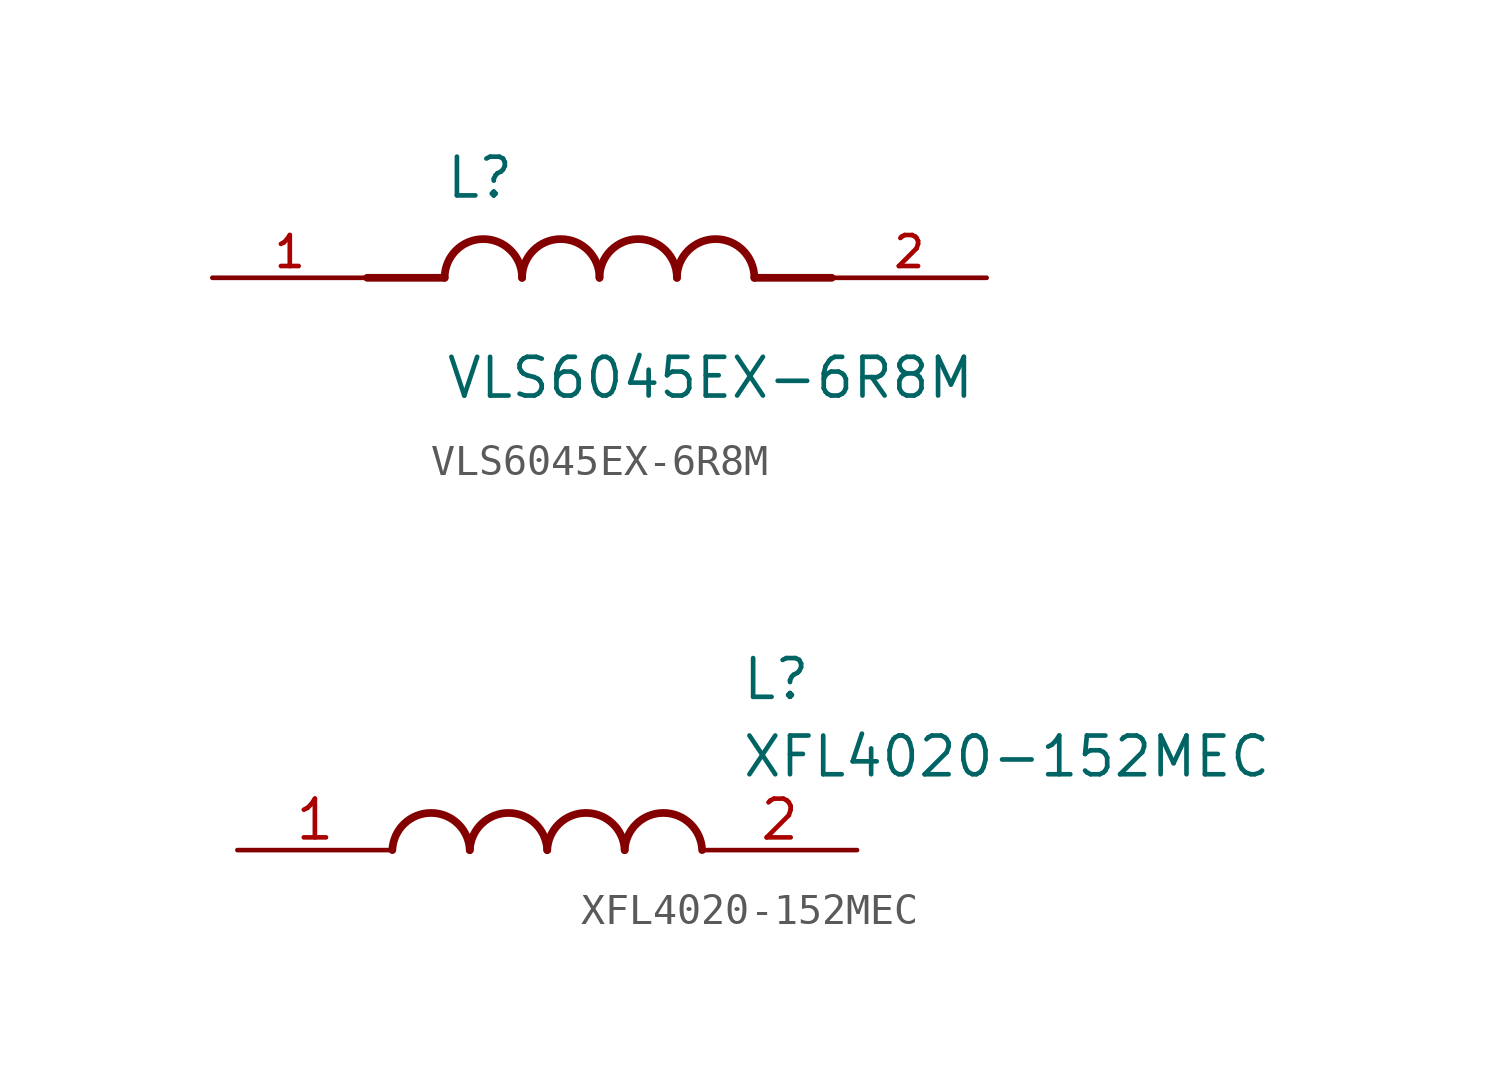
<source format=kicad_sym>
(kicad_symbol_lib
  (version 20241209)
  (generator "kicad_symbol_editor")
  (generator_version "9.0")
  (symbol "VLS6045EX-6R8M"
    (pin_names
      (offset 1.016))
    (property "Reference" "L"
      (at -5.08 2.54 0)
      (effects (font (size 1.27 1.27)) (justify left bottom)))
    (property "Value" "VLS6045EX-6R8M"
      (at -5.08 -2.54 0)
      (effects (font (size 1.27 1.27)) (justify left top)))
    (symbol "VLS6045EX-6R8M_0_0"
      (polyline (pts (xy -5.08 0) (xy -7.62 0)) (stroke (width 0.254) (type default)) (fill (type none)))
      (arc (start -5.08 0) (mid -3.81 1.2645) (end -2.54 0) (stroke (width 0.254) (type default)) (fill (type none)))
      (arc (start -2.54 0) (mid -1.27 1.2645) (end 0 0) (stroke (width 0.254) (type default)) (fill (type none)))
      (arc (start 0 0) (mid 1.27 1.2645) (end 2.54 0) (stroke (width 0.254) (type default)) (fill (type none)))
      (arc (start 2.54 0) (mid 3.81 1.2645) (end 5.08 0) (stroke (width 0.254) (type default)) (fill (type none)))
      (polyline (pts (xy 5.08 0) (xy 7.62 0)) (stroke (width 0.254) (type default)) (fill (type none)))
      (pin passive line (at -12.7 0 0) (length 5.08) (name "~" (effects (font (size 1.016 1.016)))) (number "1" (effects (font (size 1.016 1.016)))))
      (pin passive line (at 12.7 0 180) (length 5.08) (name "~" (effects (font (size 1.016 1.016)))) (number "2" (effects (font (size 1.016 1.016)))))))
  (symbol "XFL4020-152MEC"
    (pin_names
      (hide yes))
    (property "Reference" "L"
      (at 16.51 6.35 0)
      (effects (font (size 1.27 1.27)) (justify left top)))
    (property "Value" "XFL4020-152MEC"
      (at 16.51 3.81 0)
      (effects (font (size 1.27 1.27)) (justify left top)))
    (symbol "XFL4020-152MEC_1_1"
      (arc (start 5.08 0) (mid 6.35 1.219) (end 7.62 0) (stroke (width 0.254) (type default)) (fill (type none)))
      (arc (start 7.62 0) (mid 8.89 1.219) (end 10.16 0) (stroke (width 0.254) (type default)) (fill (type none)))
      (arc (start 10.16 0) (mid 11.43 1.219) (end 12.7 0) (stroke (width 0.254) (type default)) (fill (type none)))
      (arc (start 12.7 0) (mid 13.97 1.219) (end 15.24 0) (stroke (width 0.254) (type default)) (fill (type none)))
      (pin passive line (at 0 0 0) (length 5.08) (name "1" (effects (font (size 1.27 1.27)))) (number "1" (effects (font (size 1.27 1.27)))))
      (pin passive line (at 20.32 0 180) (length 5.08) (name "2" (effects (font (size 1.27 1.27)))) (number "2" (effects (font (size 1.27 1.27))))))))
</source>
